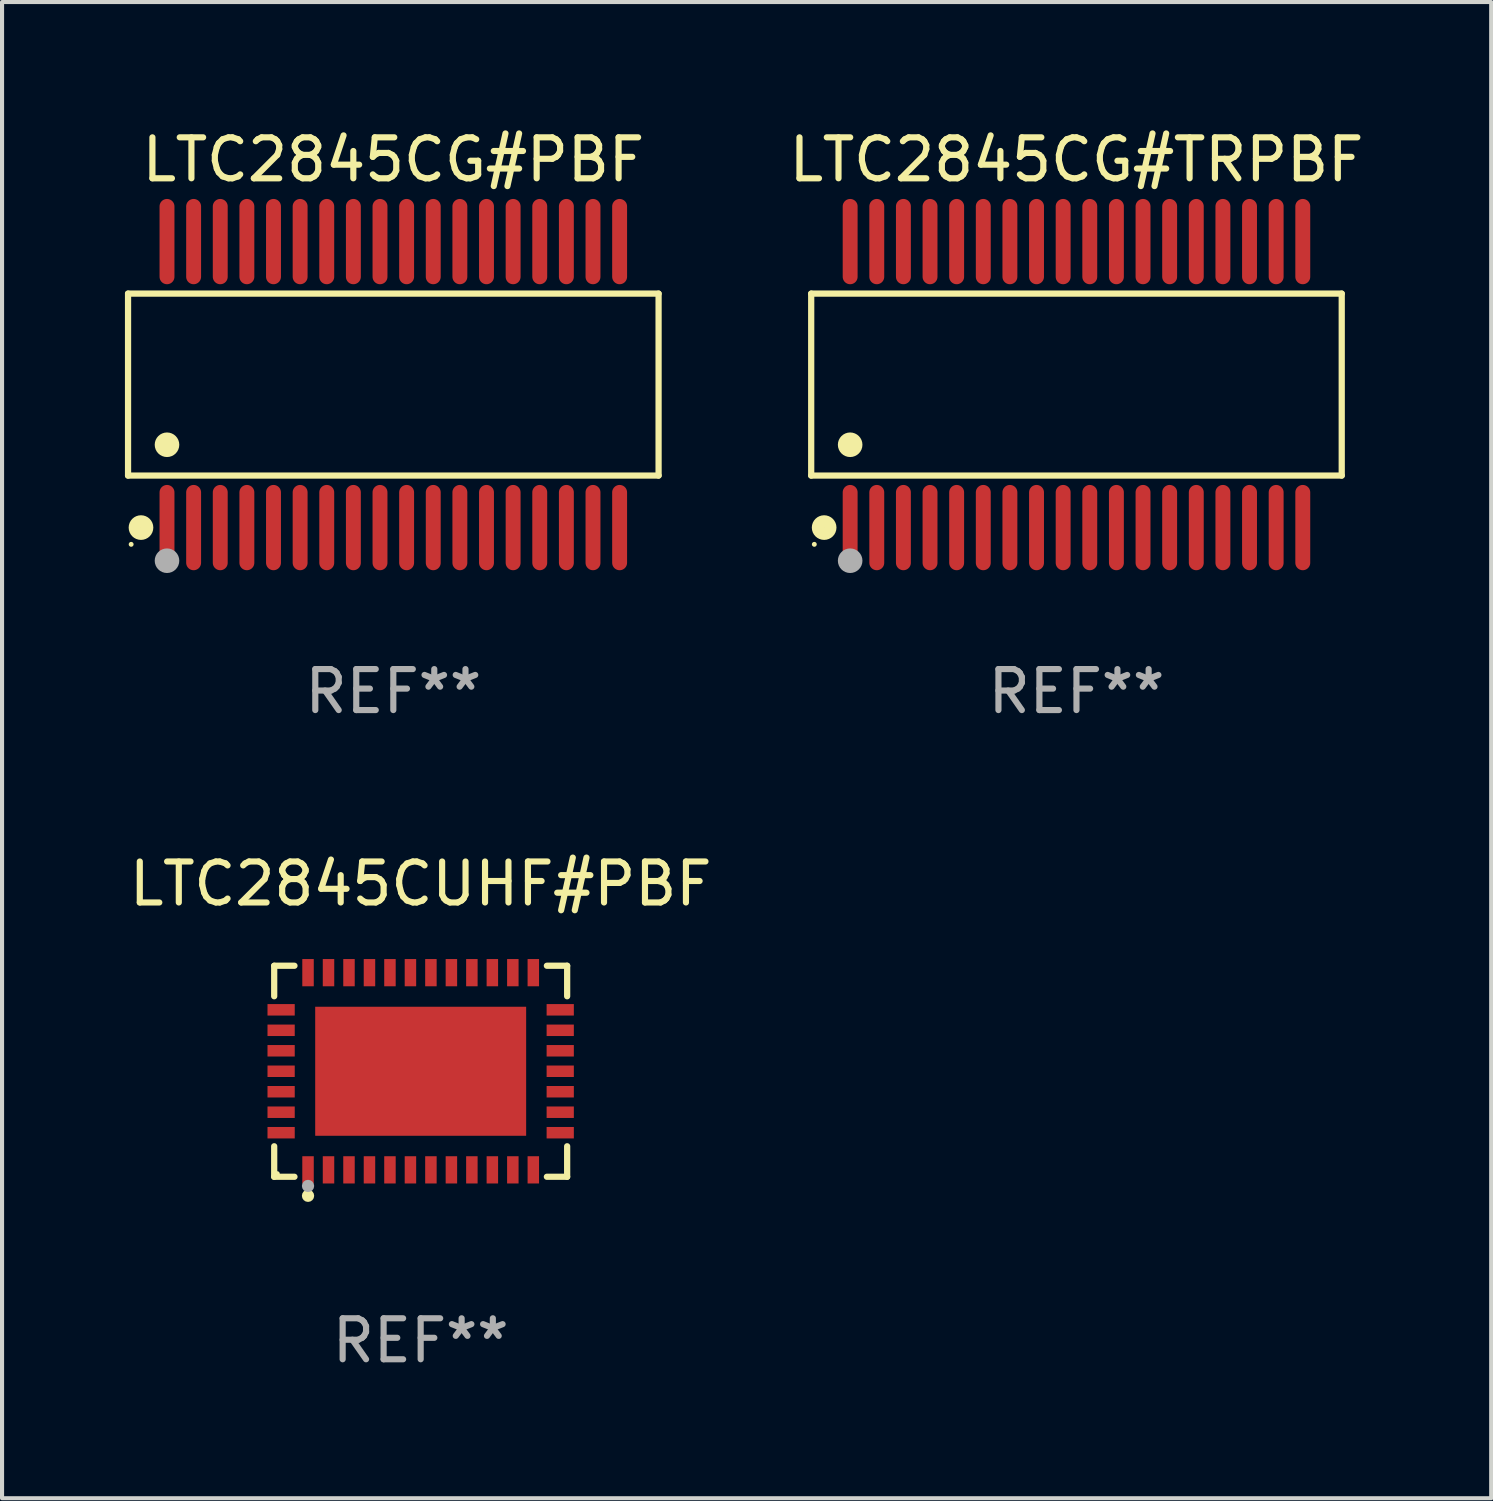
<source format=kicad_pcb>
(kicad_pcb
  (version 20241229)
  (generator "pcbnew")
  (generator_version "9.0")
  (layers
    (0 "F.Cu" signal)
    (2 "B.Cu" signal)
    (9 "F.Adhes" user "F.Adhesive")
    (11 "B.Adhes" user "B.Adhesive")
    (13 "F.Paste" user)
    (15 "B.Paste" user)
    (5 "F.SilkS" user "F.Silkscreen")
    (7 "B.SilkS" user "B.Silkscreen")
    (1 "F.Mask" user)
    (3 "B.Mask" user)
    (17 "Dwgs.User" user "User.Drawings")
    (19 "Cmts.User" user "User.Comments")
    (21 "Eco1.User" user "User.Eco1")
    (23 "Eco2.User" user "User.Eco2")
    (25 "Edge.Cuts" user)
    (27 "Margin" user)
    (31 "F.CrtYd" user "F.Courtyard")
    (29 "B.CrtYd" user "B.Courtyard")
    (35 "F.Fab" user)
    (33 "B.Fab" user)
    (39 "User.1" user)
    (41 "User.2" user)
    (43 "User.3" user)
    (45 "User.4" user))
  (footprint "LTC2845CUHF#PBF"
    (layer "F.Cu")
    (at 7.22 23.103)
    (property "Reference" "LTC2845CUHF#PBF" (at 0 -4.576 0) (layer "F.SilkS") (effects (font (size 1 1) (thickness 0.15))))
    (attr through_hole)
    (fp_line (start -3.576 -2.576) (end -3.081 -2.576) (stroke (width 0.152) (type solid)) (layer "F.SilkS"))
    (fp_line (start -3.576 -1.831) (end -3.576 -2.576) (stroke (width 0.152) (type solid)) (layer "F.SilkS"))
    (fp_line (start -3.576 1.831) (end -3.576 2.576) (stroke (width 0.152) (type solid)) (layer "F.SilkS"))
    (fp_line (start -3.576 2.576) (end -3.081 2.576) (stroke (width 0.152) (type solid)) (layer "F.SilkS"))
    (fp_line (start 3.576 -2.576) (end 3.081 -2.576) (stroke (width 0.152) (type solid)) (layer "F.SilkS"))
    (fp_line (start 3.576 -1.831) (end 3.576 -2.576) (stroke (width 0.152) (type solid)) (layer "F.SilkS"))
    (fp_line (start 3.576 1.831) (end 3.576 2.576) (stroke (width 0.152) (type solid)) (layer "F.SilkS"))
    (fp_line (start 3.576 2.576) (end 3.081 2.576) (stroke (width 0.152) (type solid)) (layer "F.SilkS"))
    (fp_circle (center -3.5 2.5) (end -3.47 2.5) (stroke (width 0.06) (type solid)) (fill no) (layer "F.SilkS"))
    (fp_circle (center -2.75 3.04) (end -2.675 3.04) (stroke (width 0.15) (type solid)) (fill no) (layer "F.SilkS"))
    (fp_circle (center -2.75 2.8) (end -2.675 2.8) (stroke (width 0.15) (type solid)) (fill no) (layer "F.Fab"))
    (fp_text user "REF**" (at 0 6.576 0) (layer "F.Fab") (effects (font (size 1 1) (thickness 0.15))))
    (pad "1" smd rect (at -2.75 2.407) (size 0.28 0.665) (layers "F.Cu" "F.Mask" "F.Paste"))
    (pad "2" smd rect (at -2.25 2.407) (size 0.28 0.665) (layers "F.Cu" "F.Mask" "F.Paste"))
    (pad "3" smd rect (at -1.75 2.407) (size 0.28 0.665) (layers "F.Cu" "F.Mask" "F.Paste"))
    (pad "4" smd rect (at -1.25 2.407) (size 0.28 0.665) (layers "F.Cu" "F.Mask" "F.Paste"))
    (pad "5" smd rect (at -0.75 2.407) (size 0.28 0.665) (layers "F.Cu" "F.Mask" "F.Paste"))
    (pad "6" smd rect (at -0.25 2.407) (size 0.28 0.665) (layers "F.Cu" "F.Mask" "F.Paste"))
    (pad "7" smd rect (at 0.25 2.407) (size 0.28 0.665) (layers "F.Cu" "F.Mask" "F.Paste"))
    (pad "8" smd rect (at 0.75 2.407) (size 0.28 0.665) (layers "F.Cu" "F.Mask" "F.Paste"))
    (pad "9" smd rect (at 1.25 2.407) (size 0.28 0.665) (layers "F.Cu" "F.Mask" "F.Paste"))
    (pad "10" smd rect (at 1.75 2.407) (size 0.28 0.665) (layers "F.Cu" "F.Mask" "F.Paste"))
    (pad "11" smd rect (at 2.25 2.407) (size 0.28 0.665) (layers "F.Cu" "F.Mask" "F.Paste"))
    (pad "12" smd rect (at 2.75 2.407) (size 0.28 0.665) (layers "F.Cu" "F.Mask" "F.Paste"))
    (pad "13" smd rect (at 3.407 1.5) (size 0.665 0.28) (layers "F.Cu" "F.Mask" "F.Paste"))
    (pad "14" smd rect (at 3.407 1) (size 0.665 0.28) (layers "F.Cu" "F.Mask" "F.Paste"))
    (pad "15" smd rect (at 3.407 0.5) (size 0.665 0.28) (layers "F.Cu" "F.Mask" "F.Paste"))
    (pad "16" smd rect (at 3.407 0) (size 0.665 0.28) (layers "F.Cu" "F.Mask" "F.Paste"))
    (pad "17" smd rect (at 3.407 -0.5) (size 0.665 0.28) (layers "F.Cu" "F.Mask" "F.Paste"))
    (pad "18" smd rect (at 3.407 -1) (size 0.665 0.28) (layers "F.Cu" "F.Mask" "F.Paste"))
    (pad "19" smd rect (at 3.407 -1.5) (size 0.665 0.28) (layers "F.Cu" "F.Mask" "F.Paste"))
    (pad "20" smd rect (at 2.75 -2.407) (size 0.28 0.665) (layers "F.Cu" "F.Mask" "F.Paste"))
    (pad "21" smd rect (at 2.25 -2.407) (size 0.28 0.665) (layers "F.Cu" "F.Mask" "F.Paste"))
    (pad "22" smd rect (at 1.75 -2.407) (size 0.28 0.665) (layers "F.Cu" "F.Mask" "F.Paste"))
    (pad "23" smd rect (at 1.25 -2.407) (size 0.28 0.665) (layers "F.Cu" "F.Mask" "F.Paste"))
    (pad "24" smd rect (at 0.75 -2.407) (size 0.28 0.665) (layers "F.Cu" "F.Mask" "F.Paste"))
    (pad "25" smd rect (at 0.25 -2.407) (size 0.28 0.665) (layers "F.Cu" "F.Mask" "F.Paste"))
    (pad "26" smd rect (at -0.25 -2.407) (size 0.28 0.665) (layers "F.Cu" "F.Mask" "F.Paste"))
    (pad "27" smd rect (at -0.75 -2.407) (size 0.28 0.665) (layers "F.Cu" "F.Mask" "F.Paste"))
    (pad "28" smd rect (at -1.25 -2.407) (size 0.28 0.665) (layers "F.Cu" "F.Mask" "F.Paste"))
    (pad "29" smd rect (at -1.75 -2.407) (size 0.28 0.665) (layers "F.Cu" "F.Mask" "F.Paste"))
    (pad "30" smd rect (at -2.25 -2.407) (size 0.28 0.665) (layers "F.Cu" "F.Mask" "F.Paste"))
    (pad "31" smd rect (at -2.75 -2.407) (size 0.28 0.665) (layers "F.Cu" "F.Mask" "F.Paste"))
    (pad "32" smd rect (at -3.407 -1.5) (size 0.665 0.28) (layers "F.Cu" "F.Mask" "F.Paste"))
    (pad "33" smd rect (at -3.407 -1) (size 0.665 0.28) (layers "F.Cu" "F.Mask" "F.Paste"))
    (pad "34" smd rect (at -3.407 -0.5) (size 0.665 0.28) (layers "F.Cu" "F.Mask" "F.Paste"))
    (pad "35" smd rect (at -3.407 0) (size 0.665 0.28) (layers "F.Cu" "F.Mask" "F.Paste"))
    (pad "36" smd rect (at -3.407 0.5) (size 0.665 0.28) (layers "F.Cu" "F.Mask" "F.Paste"))
    (pad "37" smd rect (at -3.407 1) (size 0.665 0.28) (layers "F.Cu" "F.Mask" "F.Paste"))
    (pad "38" smd rect (at -3.407 1.5) (size 0.665 0.28) (layers "F.Cu" "F.Mask" "F.Paste"))
    (pad "39" smd rect (at 0 0) (size 5.15 3.15) (layers "F.Cu" "F.Mask" "F.Paste")))
  (footprint "LTC2845CG#TRPBF"
    (layer "F.Cu")
    (at 23.23 6.339)
    (property "Reference" "LTC2845CG#TRPBF" (at 0 -5.491 0) (layer "F.SilkS") (effects (font (size 1 1) (thickness 0.15))))
    (attr through_hole)
    (fp_line (start -6.476 -2.221) (end 6.476 -2.221) (stroke (width 0.152) (type solid)) (layer "F.SilkS"))
    (fp_line (start -6.476 2.221) (end -6.476 -2.221) (stroke (width 0.152) (type solid)) (layer "F.SilkS"))
    (fp_line (start 6.476 -2.221) (end 6.476 2.221) (stroke (width 0.152) (type solid)) (layer "F.SilkS"))
    (fp_line (start 6.476 2.221) (end -6.476 2.221) (stroke (width 0.152) (type solid)) (layer "F.SilkS"))
    (fp_circle (center -6.4 3.9) (end -6.37 3.9) (stroke (width 0.06) (type solid)) (fill no) (layer "F.SilkS"))
    (fp_circle (center -6.16 3.491) (end -6.009 3.491) (stroke (width 0.3) (type solid)) (fill no) (layer "F.SilkS"))
    (fp_circle (center -5.525 1.469) (end -5.375 1.469) (stroke (width 0.3) (type solid)) (fill no) (layer "F.SilkS"))
    (fp_circle (center -5.525 4.3) (end -5.375 4.3) (stroke (width 0.3) (type solid)) (fill no) (layer "F.Fab"))
    (fp_text user "REF**" (at 0 7.491 0) (layer "F.Fab") (effects (font (size 1 1) (thickness 0.15))))
    (pad "1" smd oval (at -5.525 3.491) (size 0.364 2.082) (layers "F.Cu" "F.Mask" "F.Paste"))
    (pad "2" smd oval (at -4.875 3.491) (size 0.364 2.082) (layers "F.Cu" "F.Mask" "F.Paste"))
    (pad "3" smd oval (at -4.225 3.491) (size 0.364 2.082) (layers "F.Cu" "F.Mask" "F.Paste"))
    (pad "4" smd oval (at -3.575 3.491) (size 0.364 2.082) (layers "F.Cu" "F.Mask" "F.Paste"))
    (pad "5" smd oval (at -2.925 3.491) (size 0.364 2.082) (layers "F.Cu" "F.Mask" "F.Paste"))
    (pad "6" smd oval (at -2.275 3.491) (size 0.364 2.082) (layers "F.Cu" "F.Mask" "F.Paste"))
    (pad "7" smd oval (at -1.625 3.491) (size 0.364 2.082) (layers "F.Cu" "F.Mask" "F.Paste"))
    (pad "8" smd oval (at -0.975 3.491) (size 0.364 2.082) (layers "F.Cu" "F.Mask" "F.Paste"))
    (pad "9" smd oval (at -0.325 3.491) (size 0.364 2.082) (layers "F.Cu" "F.Mask" "F.Paste"))
    (pad "10" smd oval (at 0.325 3.491) (size 0.364 2.082) (layers "F.Cu" "F.Mask" "F.Paste"))
    (pad "11" smd oval (at 0.975 3.491) (size 0.364 2.082) (layers "F.Cu" "F.Mask" "F.Paste"))
    (pad "12" smd oval (at 1.625 3.491) (size 0.364 2.082) (layers "F.Cu" "F.Mask" "F.Paste"))
    (pad "13" smd oval (at 2.275 3.491) (size 0.364 2.082) (layers "F.Cu" "F.Mask" "F.Paste"))
    (pad "14" smd oval (at 2.925 3.491) (size 0.364 2.082) (layers "F.Cu" "F.Mask" "F.Paste"))
    (pad "15" smd oval (at 3.575 3.491) (size 0.364 2.082) (layers "F.Cu" "F.Mask" "F.Paste"))
    (pad "16" smd oval (at 4.225 3.491) (size 0.364 2.082) (layers "F.Cu" "F.Mask" "F.Paste"))
    (pad "17" smd oval (at 4.875 3.491) (size 0.364 2.082) (layers "F.Cu" "F.Mask" "F.Paste"))
    (pad "18" smd oval (at 5.525 3.491) (size 0.364 2.082) (layers "F.Cu" "F.Mask" "F.Paste"))
    (pad "19" smd oval (at 5.525 -3.491) (size 0.364 2.082) (layers "F.Cu" "F.Mask" "F.Paste"))
    (pad "20" smd oval (at 4.875 -3.491) (size 0.364 2.082) (layers "F.Cu" "F.Mask" "F.Paste"))
    (pad "21" smd oval (at 4.225 -3.491) (size 0.364 2.082) (layers "F.Cu" "F.Mask" "F.Paste"))
    (pad "22" smd oval (at 3.575 -3.491) (size 0.364 2.082) (layers "F.Cu" "F.Mask" "F.Paste"))
    (pad "23" smd oval (at 2.925 -3.491) (size 0.364 2.082) (layers "F.Cu" "F.Mask" "F.Paste"))
    (pad "24" smd oval (at 2.275 -3.491) (size 0.364 2.082) (layers "F.Cu" "F.Mask" "F.Paste"))
    (pad "25" smd oval (at 1.625 -3.491) (size 0.364 2.082) (layers "F.Cu" "F.Mask" "F.Paste"))
    (pad "26" smd oval (at 0.975 -3.491) (size 0.364 2.082) (layers "F.Cu" "F.Mask" "F.Paste"))
    (pad "27" smd oval (at 0.325 -3.491) (size 0.364 2.082) (layers "F.Cu" "F.Mask" "F.Paste"))
    (pad "28" smd oval (at -0.325 -3.491) (size 0.364 2.082) (layers "F.Cu" "F.Mask" "F.Paste"))
    (pad "29" smd oval (at -0.975 -3.491) (size 0.364 2.082) (layers "F.Cu" "F.Mask" "F.Paste"))
    (pad "30" smd oval (at -1.625 -3.491) (size 0.364 2.082) (layers "F.Cu" "F.Mask" "F.Paste"))
    (pad "31" smd oval (at -2.275 -3.491) (size 0.364 2.082) (layers "F.Cu" "F.Mask" "F.Paste"))
    (pad "32" smd oval (at -2.925 -3.491) (size 0.364 2.082) (layers "F.Cu" "F.Mask" "F.Paste"))
    (pad "33" smd oval (at -3.575 -3.491) (size 0.364 2.082) (layers "F.Cu" "F.Mask" "F.Paste"))
    (pad "34" smd oval (at -4.225 -3.491) (size 0.364 2.082) (layers "F.Cu" "F.Mask" "F.Paste"))
    (pad "35" smd oval (at -4.875 -3.491) (size 0.364 2.082) (layers "F.Cu" "F.Mask" "F.Paste"))
    (pad "36" smd oval (at -5.525 -3.491) (size 0.364 2.082) (layers "F.Cu" "F.Mask" "F.Paste")))
  (footprint "LTC2845CG#PBF"
    (layer "F.Cu")
    (at 6.552 6.339)
    (property "Reference" "LTC2845CG#PBF" (at 0 -5.491 0) (layer "F.SilkS") (effects (font (size 1 1) (thickness 0.15))))
    (attr through_hole)
    (fp_line (start -6.476 -2.221) (end 6.476 -2.221) (stroke (width 0.152) (type solid)) (layer "F.SilkS"))
    (fp_line (start -6.476 2.221) (end -6.476 -2.221) (stroke (width 0.152) (type solid)) (layer "F.SilkS"))
    (fp_line (start 6.476 -2.221) (end 6.476 2.221) (stroke (width 0.152) (type solid)) (layer "F.SilkS"))
    (fp_line (start 6.476 2.221) (end -6.476 2.221) (stroke (width 0.152) (type solid)) (layer "F.SilkS"))
    (fp_circle (center -6.4 3.9) (end -6.37 3.9) (stroke (width 0.06) (type solid)) (fill no) (layer "F.SilkS"))
    (fp_circle (center -6.16 3.491) (end -6.009 3.491) (stroke (width 0.3) (type solid)) (fill no) (layer "F.SilkS"))
    (fp_circle (center -5.525 1.469) (end -5.375 1.469) (stroke (width 0.3) (type solid)) (fill no) (layer "F.SilkS"))
    (fp_circle (center -5.525 4.3) (end -5.375 4.3) (stroke (width 0.3) (type solid)) (fill no) (layer "F.Fab"))
    (fp_text user "REF**" (at 0 7.491 0) (layer "F.Fab") (effects (font (size 1 1) (thickness 0.15))))
    (pad "1" smd oval (at -5.525 3.491) (size 0.364 2.082) (layers "F.Cu" "F.Mask" "F.Paste"))
    (pad "2" smd oval (at -4.875 3.491) (size 0.364 2.082) (layers "F.Cu" "F.Mask" "F.Paste"))
    (pad "3" smd oval (at -4.225 3.491) (size 0.364 2.082) (layers "F.Cu" "F.Mask" "F.Paste"))
    (pad "4" smd oval (at -3.575 3.491) (size 0.364 2.082) (layers "F.Cu" "F.Mask" "F.Paste"))
    (pad "5" smd oval (at -2.925 3.491) (size 0.364 2.082) (layers "F.Cu" "F.Mask" "F.Paste"))
    (pad "6" smd oval (at -2.275 3.491) (size 0.364 2.082) (layers "F.Cu" "F.Mask" "F.Paste"))
    (pad "7" smd oval (at -1.625 3.491) (size 0.364 2.082) (layers "F.Cu" "F.Mask" "F.Paste"))
    (pad "8" smd oval (at -0.975 3.491) (size 0.364 2.082) (layers "F.Cu" "F.Mask" "F.Paste"))
    (pad "9" smd oval (at -0.325 3.491) (size 0.364 2.082) (layers "F.Cu" "F.Mask" "F.Paste"))
    (pad "10" smd oval (at 0.325 3.491) (size 0.364 2.082) (layers "F.Cu" "F.Mask" "F.Paste"))
    (pad "11" smd oval (at 0.975 3.491) (size 0.364 2.082) (layers "F.Cu" "F.Mask" "F.Paste"))
    (pad "12" smd oval (at 1.625 3.491) (size 0.364 2.082) (layers "F.Cu" "F.Mask" "F.Paste"))
    (pad "13" smd oval (at 2.275 3.491) (size 0.364 2.082) (layers "F.Cu" "F.Mask" "F.Paste"))
    (pad "14" smd oval (at 2.925 3.491) (size 0.364 2.082) (layers "F.Cu" "F.Mask" "F.Paste"))
    (pad "15" smd oval (at 3.575 3.491) (size 0.364 2.082) (layers "F.Cu" "F.Mask" "F.Paste"))
    (pad "16" smd oval (at 4.225 3.491) (size 0.364 2.082) (layers "F.Cu" "F.Mask" "F.Paste"))
    (pad "17" smd oval (at 4.875 3.491) (size 0.364 2.082) (layers "F.Cu" "F.Mask" "F.Paste"))
    (pad "18" smd oval (at 5.525 3.491) (size 0.364 2.082) (layers "F.Cu" "F.Mask" "F.Paste"))
    (pad "19" smd oval (at 5.525 -3.491) (size 0.364 2.082) (layers "F.Cu" "F.Mask" "F.Paste"))
    (pad "20" smd oval (at 4.875 -3.491) (size 0.364 2.082) (layers "F.Cu" "F.Mask" "F.Paste"))
    (pad "21" smd oval (at 4.225 -3.491) (size 0.364 2.082) (layers "F.Cu" "F.Mask" "F.Paste"))
    (pad "22" smd oval (at 3.575 -3.491) (size 0.364 2.082) (layers "F.Cu" "F.Mask" "F.Paste"))
    (pad "23" smd oval (at 2.925 -3.491) (size 0.364 2.082) (layers "F.Cu" "F.Mask" "F.Paste"))
    (pad "24" smd oval (at 2.275 -3.491) (size 0.364 2.082) (layers "F.Cu" "F.Mask" "F.Paste"))
    (pad "25" smd oval (at 1.625 -3.491) (size 0.364 2.082) (layers "F.Cu" "F.Mask" "F.Paste"))
    (pad "26" smd oval (at 0.975 -3.491) (size 0.364 2.082) (layers "F.Cu" "F.Mask" "F.Paste"))
    (pad "27" smd oval (at 0.325 -3.491) (size 0.364 2.082) (layers "F.Cu" "F.Mask" "F.Paste"))
    (pad "28" smd oval (at -0.325 -3.491) (size 0.364 2.082) (layers "F.Cu" "F.Mask" "F.Paste"))
    (pad "29" smd oval (at -0.975 -3.491) (size 0.364 2.082) (layers "F.Cu" "F.Mask" "F.Paste"))
    (pad "30" smd oval (at -1.625 -3.491) (size 0.364 2.082) (layers "F.Cu" "F.Mask" "F.Paste"))
    (pad "31" smd oval (at -2.275 -3.491) (size 0.364 2.082) (layers "F.Cu" "F.Mask" "F.Paste"))
    (pad "32" smd oval (at -2.925 -3.491) (size 0.364 2.082) (layers "F.Cu" "F.Mask" "F.Paste"))
    (pad "33" smd oval (at -3.575 -3.491) (size 0.364 2.082) (layers "F.Cu" "F.Mask" "F.Paste"))
    (pad "34" smd oval (at -4.225 -3.491) (size 0.364 2.082) (layers "F.Cu" "F.Mask" "F.Paste"))
    (pad "35" smd oval (at -4.875 -3.491) (size 0.364 2.082) (layers "F.Cu" "F.Mask" "F.Paste"))
    (pad "36" smd oval (at -5.525 -3.491) (size 0.364 2.082) (layers "F.Cu" "F.Mask" "F.Paste")))
  (gr_rect
    (start -3 -3)
    (end 33.355 33.527)
    (stroke (width 0.1) (type default))
    (fill no)
    (layer "Edge.Cuts")))
</source>
